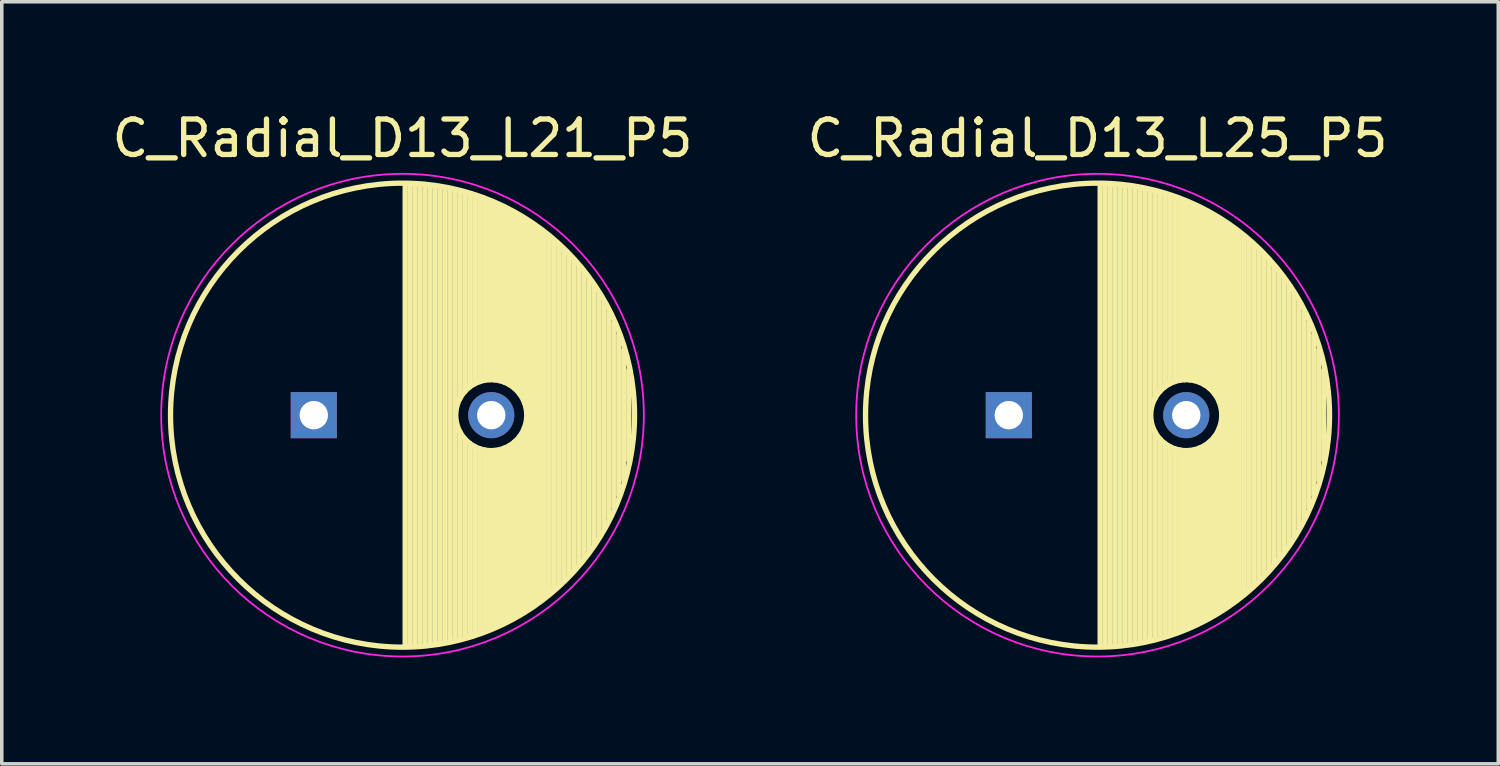
<source format=kicad_pcb>
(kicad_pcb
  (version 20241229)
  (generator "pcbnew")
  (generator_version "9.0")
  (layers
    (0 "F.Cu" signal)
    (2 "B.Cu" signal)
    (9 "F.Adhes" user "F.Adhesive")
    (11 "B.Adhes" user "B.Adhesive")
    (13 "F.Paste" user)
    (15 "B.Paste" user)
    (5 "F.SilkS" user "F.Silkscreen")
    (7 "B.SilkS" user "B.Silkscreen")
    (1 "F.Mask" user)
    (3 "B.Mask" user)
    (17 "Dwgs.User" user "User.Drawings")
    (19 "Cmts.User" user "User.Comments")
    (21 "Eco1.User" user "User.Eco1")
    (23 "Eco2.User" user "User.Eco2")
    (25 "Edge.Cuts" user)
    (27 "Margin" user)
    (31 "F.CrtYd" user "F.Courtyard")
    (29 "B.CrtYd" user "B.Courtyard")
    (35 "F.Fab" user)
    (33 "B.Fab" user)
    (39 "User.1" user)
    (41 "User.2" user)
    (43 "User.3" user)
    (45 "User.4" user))
  (footprint "C_Radial_D13_L25_P5"
    (layer "F.Cu")
    (at 25.375 8.648)
    (property "Reference" "C_Radial_D13_L25_P5" (at 2.5 -7.8 0) (layer "F.SilkS") (effects (font (size 1 1) (thickness 0.15))))
    (attr through_hole)
    (fp_line (start 2.575 -6.5) (end 2.575 6.5) (stroke (width 0.15) (type solid)) (layer "F.SilkS"))
    (fp_line (start 2.715 -6.496) (end 2.715 6.496) (stroke (width 0.15) (type solid)) (layer "F.SilkS"))
    (fp_line (start 2.855 -6.49) (end 2.855 6.49) (stroke (width 0.15) (type solid)) (layer "F.SilkS"))
    (fp_line (start 2.995 -6.481) (end 2.995 6.481) (stroke (width 0.15) (type solid)) (layer "F.SilkS"))
    (fp_line (start 3.135 -6.469) (end 3.135 6.469) (stroke (width 0.15) (type solid)) (layer "F.SilkS"))
    (fp_line (start 3.275 -6.454) (end 3.275 6.454) (stroke (width 0.15) (type solid)) (layer "F.SilkS"))
    (fp_line (start 3.415 -6.435) (end 3.415 6.435) (stroke (width 0.15) (type solid)) (layer "F.SilkS"))
    (fp_line (start 3.555 -6.414) (end 3.555 6.414) (stroke (width 0.15) (type solid)) (layer "F.SilkS"))
    (fp_line (start 3.695 -6.389) (end 3.695 6.389) (stroke (width 0.15) (type solid)) (layer "F.SilkS"))
    (fp_line (start 3.835 -6.361) (end 3.835 6.361) (stroke (width 0.15) (type solid)) (layer "F.SilkS"))
    (fp_line (start 3.975 -6.33) (end 3.975 6.33) (stroke (width 0.15) (type solid)) (layer "F.SilkS"))
    (fp_line (start 4.115 -6.296) (end 4.115 -0.466) (stroke (width 0.15) (type solid)) (layer "F.SilkS"))
    (fp_line (start 4.115 0.466) (end 4.115 6.296) (stroke (width 0.15) (type solid)) (layer "F.SilkS"))
    (fp_line (start 4.255 -6.259) (end 4.255 -0.667) (stroke (width 0.15) (type solid)) (layer "F.SilkS"))
    (fp_line (start 4.255 0.667) (end 4.255 6.259) (stroke (width 0.15) (type solid)) (layer "F.SilkS"))
    (fp_line (start 4.395 -6.218) (end 4.395 -0.796) (stroke (width 0.15) (type solid)) (layer "F.SilkS"))
    (fp_line (start 4.395 0.796) (end 4.395 6.218) (stroke (width 0.15) (type solid)) (layer "F.SilkS"))
    (fp_line (start 4.535 -6.173) (end 4.535 -0.885) (stroke (width 0.15) (type solid)) (layer "F.SilkS"))
    (fp_line (start 4.535 0.885) (end 4.535 6.173) (stroke (width 0.15) (type solid)) (layer "F.SilkS"))
    (fp_line (start 4.675 -6.125) (end 4.675 -0.946) (stroke (width 0.15) (type solid)) (layer "F.SilkS"))
    (fp_line (start 4.675 0.946) (end 4.675 6.125) (stroke (width 0.15) (type solid)) (layer "F.SilkS"))
    (fp_line (start 4.815 -6.074) (end 4.815 -0.983) (stroke (width 0.15) (type solid)) (layer "F.SilkS"))
    (fp_line (start 4.815 0.983) (end 4.815 6.074) (stroke (width 0.15) (type solid)) (layer "F.SilkS"))
    (fp_line (start 4.955 -6.019) (end 4.955 -0.999) (stroke (width 0.15) (type solid)) (layer "F.SilkS"))
    (fp_line (start 4.955 0.999) (end 4.955 6.019) (stroke (width 0.15) (type solid)) (layer "F.SilkS"))
    (fp_line (start 5.095 -5.96) (end 5.095 -0.995) (stroke (width 0.15) (type solid)) (layer "F.SilkS"))
    (fp_line (start 5.095 0.995) (end 5.095 5.96) (stroke (width 0.15) (type solid)) (layer "F.SilkS"))
    (fp_line (start 5.235 -5.897) (end 5.235 -0.972) (stroke (width 0.15) (type solid)) (layer "F.SilkS"))
    (fp_line (start 5.235 0.972) (end 5.235 5.897) (stroke (width 0.15) (type solid)) (layer "F.SilkS"))
    (fp_line (start 5.375 -5.83) (end 5.375 -0.927) (stroke (width 0.15) (type solid)) (layer "F.SilkS"))
    (fp_line (start 5.375 0.927) (end 5.375 5.83) (stroke (width 0.15) (type solid)) (layer "F.SilkS"))
    (fp_line (start 5.515 -5.758) (end 5.515 -0.857) (stroke (width 0.15) (type solid)) (layer "F.SilkS"))
    (fp_line (start 5.515 0.857) (end 5.515 5.758) (stroke (width 0.15) (type solid)) (layer "F.SilkS"))
    (fp_line (start 5.655 -5.683) (end 5.655 -0.756) (stroke (width 0.15) (type solid)) (layer "F.SilkS"))
    (fp_line (start 5.655 0.756) (end 5.655 5.683) (stroke (width 0.15) (type solid)) (layer "F.SilkS"))
    (fp_line (start 5.795 -5.603) (end 5.795 -0.607) (stroke (width 0.15) (type solid)) (layer "F.SilkS"))
    (fp_line (start 5.795 0.607) (end 5.795 5.603) (stroke (width 0.15) (type solid)) (layer "F.SilkS"))
    (fp_line (start 5.935 -5.518) (end 5.935 -0.355) (stroke (width 0.15) (type solid)) (layer "F.SilkS"))
    (fp_line (start 5.935 0.355) (end 5.935 5.518) (stroke (width 0.15) (type solid)) (layer "F.SilkS"))
    (fp_line (start 6.075 -5.429) (end 6.075 5.429) (stroke (width 0.15) (type solid)) (layer "F.SilkS"))
    (fp_line (start 6.215 -5.334) (end 6.215 5.334) (stroke (width 0.15) (type solid)) (layer "F.SilkS"))
    (fp_line (start 6.355 -5.233) (end 6.355 5.233) (stroke (width 0.15) (type solid)) (layer "F.SilkS"))
    (fp_line (start 6.495 -5.127) (end 6.495 5.127) (stroke (width 0.15) (type solid)) (layer "F.SilkS"))
    (fp_line (start 6.635 -5.015) (end 6.635 5.015) (stroke (width 0.15) (type solid)) (layer "F.SilkS"))
    (fp_line (start 6.775 -4.896) (end 6.775 4.896) (stroke (width 0.15) (type solid)) (layer "F.SilkS"))
    (fp_line (start 6.915 -4.771) (end 6.915 4.771) (stroke (width 0.15) (type solid)) (layer "F.SilkS"))
    (fp_line (start 7.055 -4.637) (end 7.055 4.637) (stroke (width 0.15) (type solid)) (layer "F.SilkS"))
    (fp_line (start 7.195 -4.495) (end 7.195 4.495) (stroke (width 0.15) (type solid)) (layer "F.SilkS"))
    (fp_line (start 7.335 -4.344) (end 7.335 4.344) (stroke (width 0.15) (type solid)) (layer "F.SilkS"))
    (fp_line (start 7.475 -4.183) (end 7.475 4.183) (stroke (width 0.15) (type solid)) (layer "F.SilkS"))
    (fp_line (start 7.615 -4.011) (end 7.615 4.011) (stroke (width 0.15) (type solid)) (layer "F.SilkS"))
    (fp_line (start 7.755 -3.826) (end 7.755 3.826) (stroke (width 0.15) (type solid)) (layer "F.SilkS"))
    (fp_line (start 7.895 -3.625) (end 7.895 3.625) (stroke (width 0.15) (type solid)) (layer "F.SilkS"))
    (fp_line (start 8.035 -3.408) (end 8.035 3.408) (stroke (width 0.15) (type solid)) (layer "F.SilkS"))
    (fp_line (start 8.175 -3.169) (end 8.175 3.169) (stroke (width 0.15) (type solid)) (layer "F.SilkS"))
    (fp_line (start 8.315 -2.904) (end 8.315 2.904) (stroke (width 0.15) (type solid)) (layer "F.SilkS"))
    (fp_line (start 8.455 -2.605) (end 8.455 2.605) (stroke (width 0.15) (type solid)) (layer "F.SilkS"))
    (fp_line (start 8.595 -2.259) (end 8.595 2.259) (stroke (width 0.15) (type solid)) (layer "F.SilkS"))
    (fp_line (start 8.735 -1.837) (end 8.735 1.837) (stroke (width 0.15) (type solid)) (layer "F.SilkS"))
    (fp_line (start 8.875 -1.269) (end 8.875 1.269) (stroke (width 0.15) (type solid)) (layer "F.SilkS"))
    (fp_circle (center 2.5 0) (end 2.5 -6.537) (stroke (width 0.15) (type solid)) (fill no) (layer "F.SilkS"))
    (fp_circle (center 5 0) (end 5 -1) (stroke (width 0.15) (type solid)) (fill no) (layer "F.SilkS"))
    (fp_circle (center 2.5 0) (end 2.5 -6.8) (stroke (width 0.05) (type solid)) (fill no) (layer "F.CrtYd"))
    (pad "1" thru_hole rect (at 0 0) (size 1.3 1.3) (drill 0.8) (layers "*.Cu" "*.Mask"))
    (pad "2" thru_hole circle (at 5 0) (size 1.3 1.3) (drill 0.8) (layers "*.Cu" "*.Mask")))
  (footprint "C_Radial_D13_L21_P5"
    (layer "F.Cu")
    (at 5.792 8.648)
    (property "Reference" "C_Radial_D13_L21_P5" (at 2.5 -7.8 0) (layer "F.SilkS") (effects (font (size 1 1) (thickness 0.15))))
    (attr through_hole)
    (fp_line (start 2.575 -6.5) (end 2.575 6.5) (stroke (width 0.15) (type solid)) (layer "F.SilkS"))
    (fp_line (start 2.715 -6.496) (end 2.715 6.496) (stroke (width 0.15) (type solid)) (layer "F.SilkS"))
    (fp_line (start 2.855 -6.49) (end 2.855 6.49) (stroke (width 0.15) (type solid)) (layer "F.SilkS"))
    (fp_line (start 2.995 -6.481) (end 2.995 6.481) (stroke (width 0.15) (type solid)) (layer "F.SilkS"))
    (fp_line (start 3.135 -6.469) (end 3.135 6.469) (stroke (width 0.15) (type solid)) (layer "F.SilkS"))
    (fp_line (start 3.275 -6.454) (end 3.275 6.454) (stroke (width 0.15) (type solid)) (layer "F.SilkS"))
    (fp_line (start 3.415 -6.435) (end 3.415 6.435) (stroke (width 0.15) (type solid)) (layer "F.SilkS"))
    (fp_line (start 3.555 -6.414) (end 3.555 6.414) (stroke (width 0.15) (type solid)) (layer "F.SilkS"))
    (fp_line (start 3.695 -6.389) (end 3.695 6.389) (stroke (width 0.15) (type solid)) (layer "F.SilkS"))
    (fp_line (start 3.835 -6.361) (end 3.835 6.361) (stroke (width 0.15) (type solid)) (layer "F.SilkS"))
    (fp_line (start 3.975 -6.33) (end 3.975 6.33) (stroke (width 0.15) (type solid)) (layer "F.SilkS"))
    (fp_line (start 4.115 -6.296) (end 4.115 -0.466) (stroke (width 0.15) (type solid)) (layer "F.SilkS"))
    (fp_line (start 4.115 0.466) (end 4.115 6.296) (stroke (width 0.15) (type solid)) (layer "F.SilkS"))
    (fp_line (start 4.255 -6.259) (end 4.255 -0.667) (stroke (width 0.15) (type solid)) (layer "F.SilkS"))
    (fp_line (start 4.255 0.667) (end 4.255 6.259) (stroke (width 0.15) (type solid)) (layer "F.SilkS"))
    (fp_line (start 4.395 -6.218) (end 4.395 -0.796) (stroke (width 0.15) (type solid)) (layer "F.SilkS"))
    (fp_line (start 4.395 0.796) (end 4.395 6.218) (stroke (width 0.15) (type solid)) (layer "F.SilkS"))
    (fp_line (start 4.535 -6.173) (end 4.535 -0.885) (stroke (width 0.15) (type solid)) (layer "F.SilkS"))
    (fp_line (start 4.535 0.885) (end 4.535 6.173) (stroke (width 0.15) (type solid)) (layer "F.SilkS"))
    (fp_line (start 4.675 -6.125) (end 4.675 -0.946) (stroke (width 0.15) (type solid)) (layer "F.SilkS"))
    (fp_line (start 4.675 0.946) (end 4.675 6.125) (stroke (width 0.15) (type solid)) (layer "F.SilkS"))
    (fp_line (start 4.815 -6.074) (end 4.815 -0.983) (stroke (width 0.15) (type solid)) (layer "F.SilkS"))
    (fp_line (start 4.815 0.983) (end 4.815 6.074) (stroke (width 0.15) (type solid)) (layer "F.SilkS"))
    (fp_line (start 4.955 -6.019) (end 4.955 -0.999) (stroke (width 0.15) (type solid)) (layer "F.SilkS"))
    (fp_line (start 4.955 0.999) (end 4.955 6.019) (stroke (width 0.15) (type solid)) (layer "F.SilkS"))
    (fp_line (start 5.095 -5.96) (end 5.095 -0.995) (stroke (width 0.15) (type solid)) (layer "F.SilkS"))
    (fp_line (start 5.095 0.995) (end 5.095 5.96) (stroke (width 0.15) (type solid)) (layer "F.SilkS"))
    (fp_line (start 5.235 -5.897) (end 5.235 -0.972) (stroke (width 0.15) (type solid)) (layer "F.SilkS"))
    (fp_line (start 5.235 0.972) (end 5.235 5.897) (stroke (width 0.15) (type solid)) (layer "F.SilkS"))
    (fp_line (start 5.375 -5.83) (end 5.375 -0.927) (stroke (width 0.15) (type solid)) (layer "F.SilkS"))
    (fp_line (start 5.375 0.927) (end 5.375 5.83) (stroke (width 0.15) (type solid)) (layer "F.SilkS"))
    (fp_line (start 5.515 -5.758) (end 5.515 -0.857) (stroke (width 0.15) (type solid)) (layer "F.SilkS"))
    (fp_line (start 5.515 0.857) (end 5.515 5.758) (stroke (width 0.15) (type solid)) (layer "F.SilkS"))
    (fp_line (start 5.655 -5.683) (end 5.655 -0.756) (stroke (width 0.15) (type solid)) (layer "F.SilkS"))
    (fp_line (start 5.655 0.756) (end 5.655 5.683) (stroke (width 0.15) (type solid)) (layer "F.SilkS"))
    (fp_line (start 5.795 -5.603) (end 5.795 -0.607) (stroke (width 0.15) (type solid)) (layer "F.SilkS"))
    (fp_line (start 5.795 0.607) (end 5.795 5.603) (stroke (width 0.15) (type solid)) (layer "F.SilkS"))
    (fp_line (start 5.935 -5.518) (end 5.935 -0.355) (stroke (width 0.15) (type solid)) (layer "F.SilkS"))
    (fp_line (start 5.935 0.355) (end 5.935 5.518) (stroke (width 0.15) (type solid)) (layer "F.SilkS"))
    (fp_line (start 6.075 -5.429) (end 6.075 5.429) (stroke (width 0.15) (type solid)) (layer "F.SilkS"))
    (fp_line (start 6.215 -5.334) (end 6.215 5.334) (stroke (width 0.15) (type solid)) (layer "F.SilkS"))
    (fp_line (start 6.355 -5.233) (end 6.355 5.233) (stroke (width 0.15) (type solid)) (layer "F.SilkS"))
    (fp_line (start 6.495 -5.127) (end 6.495 5.127) (stroke (width 0.15) (type solid)) (layer "F.SilkS"))
    (fp_line (start 6.635 -5.015) (end 6.635 5.015) (stroke (width 0.15) (type solid)) (layer "F.SilkS"))
    (fp_line (start 6.775 -4.896) (end 6.775 4.896) (stroke (width 0.15) (type solid)) (layer "F.SilkS"))
    (fp_line (start 6.915 -4.771) (end 6.915 4.771) (stroke (width 0.15) (type solid)) (layer "F.SilkS"))
    (fp_line (start 7.055 -4.637) (end 7.055 4.637) (stroke (width 0.15) (type solid)) (layer "F.SilkS"))
    (fp_line (start 7.195 -4.495) (end 7.195 4.495) (stroke (width 0.15) (type solid)) (layer "F.SilkS"))
    (fp_line (start 7.335 -4.344) (end 7.335 4.344) (stroke (width 0.15) (type solid)) (layer "F.SilkS"))
    (fp_line (start 7.475 -4.183) (end 7.475 4.183) (stroke (width 0.15) (type solid)) (layer "F.SilkS"))
    (fp_line (start 7.615 -4.011) (end 7.615 4.011) (stroke (width 0.15) (type solid)) (layer "F.SilkS"))
    (fp_line (start 7.755 -3.826) (end 7.755 3.826) (stroke (width 0.15) (type solid)) (layer "F.SilkS"))
    (fp_line (start 7.895 -3.625) (end 7.895 3.625) (stroke (width 0.15) (type solid)) (layer "F.SilkS"))
    (fp_line (start 8.035 -3.408) (end 8.035 3.408) (stroke (width 0.15) (type solid)) (layer "F.SilkS"))
    (fp_line (start 8.175 -3.169) (end 8.175 3.169) (stroke (width 0.15) (type solid)) (layer "F.SilkS"))
    (fp_line (start 8.315 -2.904) (end 8.315 2.904) (stroke (width 0.15) (type solid)) (layer "F.SilkS"))
    (fp_line (start 8.455 -2.605) (end 8.455 2.605) (stroke (width 0.15) (type solid)) (layer "F.SilkS"))
    (fp_line (start 8.595 -2.259) (end 8.595 2.259) (stroke (width 0.15) (type solid)) (layer "F.SilkS"))
    (fp_line (start 8.735 -1.837) (end 8.735 1.837) (stroke (width 0.15) (type solid)) (layer "F.SilkS"))
    (fp_line (start 8.875 -1.269) (end 8.875 1.269) (stroke (width 0.15) (type solid)) (layer "F.SilkS"))
    (fp_circle (center 2.5 0) (end 2.5 -6.537) (stroke (width 0.15) (type solid)) (fill no) (layer "F.SilkS"))
    (fp_circle (center 5 0) (end 5 -1) (stroke (width 0.15) (type solid)) (fill no) (layer "F.SilkS"))
    (fp_circle (center 2.5 0) (end 2.5 -6.8) (stroke (width 0.05) (type solid)) (fill no) (layer "F.CrtYd"))
    (pad "1" thru_hole rect (at 0 0) (size 1.3 1.3) (drill 0.8) (layers "*.Cu" "*.Mask"))
    (pad "2" thru_hole circle (at 5 0) (size 1.3 1.3) (drill 0.8) (layers "*.Cu" "*.Mask")))
  (gr_rect
    (start -3 -3)
    (end 39.167 18.473)
    (stroke (width 0.1) (type default))
    (fill no)
    (layer "Edge.Cuts")))
</source>
